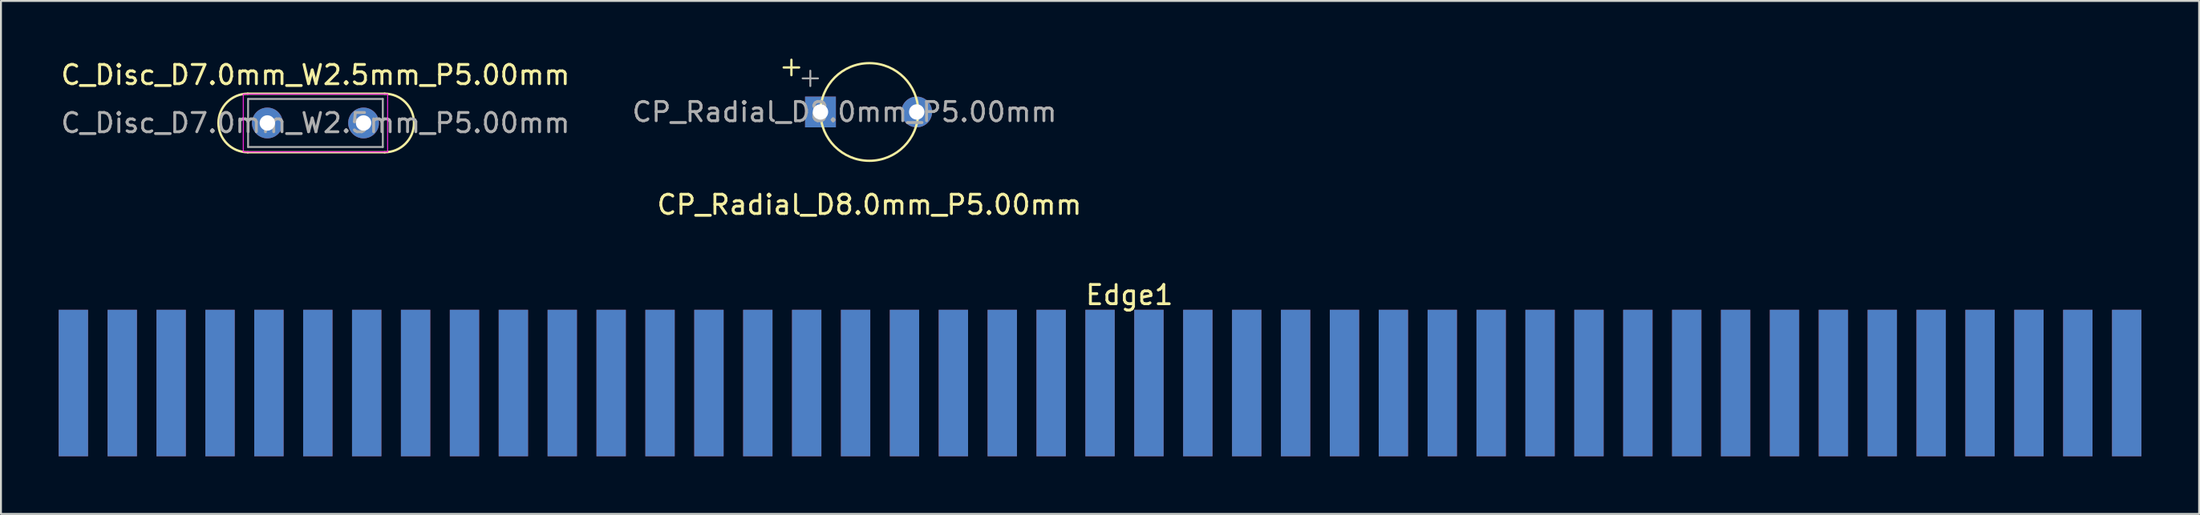
<source format=kicad_pcb>
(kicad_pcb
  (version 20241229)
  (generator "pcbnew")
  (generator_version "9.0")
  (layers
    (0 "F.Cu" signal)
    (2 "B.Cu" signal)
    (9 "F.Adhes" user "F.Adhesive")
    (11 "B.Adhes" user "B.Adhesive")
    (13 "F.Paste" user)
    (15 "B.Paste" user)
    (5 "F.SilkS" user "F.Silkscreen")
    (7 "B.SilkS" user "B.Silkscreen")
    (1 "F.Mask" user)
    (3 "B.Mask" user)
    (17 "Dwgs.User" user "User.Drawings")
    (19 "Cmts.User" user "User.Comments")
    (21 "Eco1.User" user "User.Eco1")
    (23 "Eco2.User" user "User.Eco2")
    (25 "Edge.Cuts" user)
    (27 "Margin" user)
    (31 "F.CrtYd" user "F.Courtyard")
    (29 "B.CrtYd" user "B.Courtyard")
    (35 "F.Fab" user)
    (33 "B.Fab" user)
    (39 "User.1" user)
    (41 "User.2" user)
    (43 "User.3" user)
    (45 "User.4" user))
  (footprint "Edge1"
    (layer "F.Cu")
    (at 55.626 11.797)
    (property "Reference" "Edge1" (at 0 0.5 0) (layer "F.SilkS") (effects (font (size 1 1) (thickness 0.15))))
    (attr through_hole)
    (pad "1" smd rect (at -54.864 5.08) (size 1.524 7.62) (layers "F.Cu" "F.Mask" "F.Paste"))
    (pad "2" smd rect (at -54.864 5.08) (size 1.524 7.62) (layers "B.Cu" "B.Mask" "B.Paste"))
    (pad "3" smd rect (at -52.324 5.08) (size 1.524 7.62) (layers "F.Cu" "F.Mask" "F.Paste"))
    (pad "4" smd rect (at -52.324 5.08) (size 1.524 7.62) (layers "B.Cu" "B.Mask" "B.Paste"))
    (pad "5" smd rect (at -49.784 5.08) (size 1.524 7.62) (layers "F.Cu" "F.Mask" "F.Paste"))
    (pad "6" smd rect (at -49.784 5.08) (size 1.524 7.62) (layers "B.Cu" "B.Mask" "B.Paste"))
    (pad "7" smd rect (at -47.244 5.08) (size 1.524 7.62) (layers "F.Cu" "F.Mask" "F.Paste"))
    (pad "8" smd rect (at -47.244 5.08) (size 1.524 7.62) (layers "B.Cu" "B.Mask" "B.Paste"))
    (pad "9" smd rect (at -44.704 5.08) (size 1.524 7.62) (layers "F.Cu" "F.Mask" "F.Paste"))
    (pad "10" smd rect (at -44.704 5.08) (size 1.524 7.62) (layers "B.Cu" "B.Mask" "B.Paste"))
    (pad "11" smd rect (at -42.164 5.08) (size 1.524 7.62) (layers "F.Cu" "F.Mask" "F.Paste"))
    (pad "12" smd rect (at -42.164 5.08) (size 1.524 7.62) (layers "B.Cu" "B.Mask" "B.Paste"))
    (pad "13" smd rect (at -39.624 5.08) (size 1.524 7.62) (layers "F.Cu" "F.Mask" "F.Paste"))
    (pad "14" smd rect (at -39.624 5.08) (size 1.524 7.62) (layers "B.Cu" "B.Mask" "B.Paste"))
    (pad "15" smd rect (at -37.084 5.08) (size 1.524 7.62) (layers "F.Cu" "F.Mask" "F.Paste"))
    (pad "16" smd rect (at -37.084 5.08) (size 1.524 7.62) (layers "B.Cu" "B.Mask" "B.Paste"))
    (pad "17" smd rect (at -34.544 5.08) (size 1.524 7.62) (layers "F.Cu" "F.Mask" "F.Paste"))
    (pad "18" smd rect (at -34.544 5.08) (size 1.524 7.62) (layers "B.Cu" "B.Mask" "B.Paste"))
    (pad "19" smd rect (at -32.004 5.08) (size 1.524 7.62) (layers "F.Cu" "F.Mask" "F.Paste"))
    (pad "20" smd rect (at -32.004 5.08) (size 1.524 7.62) (layers "B.Cu" "B.Mask" "B.Paste"))
    (pad "21" smd rect (at -29.464 5.08) (size 1.524 7.62) (layers "F.Cu" "F.Mask" "F.Paste"))
    (pad "22" smd rect (at -29.464 5.08) (size 1.524 7.62) (layers "B.Cu" "B.Mask" "B.Paste"))
    (pad "23" smd rect (at -26.924 5.08) (size 1.524 7.62) (layers "F.Cu" "F.Mask" "F.Paste"))
    (pad "24" smd rect (at -26.924 5.08) (size 1.524 7.62) (layers "B.Cu" "B.Mask" "B.Paste"))
    (pad "25" smd rect (at -24.384 5.08) (size 1.524 7.62) (layers "F.Cu" "F.Mask" "F.Paste"))
    (pad "26" smd rect (at -24.384 5.08) (size 1.524 7.62) (layers "B.Cu" "B.Mask" "B.Paste"))
    (pad "27" smd rect (at -21.844 5.08) (size 1.524 7.62) (layers "F.Cu" "F.Mask" "F.Paste"))
    (pad "28" smd rect (at -21.844 5.08) (size 1.524 7.62) (layers "B.Cu" "B.Mask" "B.Paste"))
    (pad "29" smd rect (at -19.304 5.08) (size 1.524 7.62) (layers "F.Cu" "F.Mask" "F.Paste"))
    (pad "30" smd rect (at -19.304 5.08) (size 1.524 7.62) (layers "B.Cu" "B.Mask" "B.Paste"))
    (pad "31" smd rect (at -16.764 5.08) (size 1.524 7.62) (layers "F.Cu" "F.Mask" "F.Paste"))
    (pad "32" smd rect (at -16.764 5.08) (size 1.524 7.62) (layers "B.Cu" "B.Mask" "B.Paste"))
    (pad "33" smd rect (at -14.224 5.08) (size 1.524 7.62) (layers "F.Cu" "F.Mask" "F.Paste"))
    (pad "34" smd rect (at -14.224 5.08) (size 1.524 7.62) (layers "B.Cu" "B.Mask" "B.Paste"))
    (pad "35" smd rect (at -11.684 5.08) (size 1.524 7.62) (layers "F.Cu" "F.Mask" "F.Paste"))
    (pad "36" smd rect (at -11.684 5.08) (size 1.524 7.62) (layers "B.Cu" "B.Mask" "B.Paste"))
    (pad "37" smd rect (at -9.144 5.08) (size 1.524 7.62) (layers "F.Cu" "F.Mask" "F.Paste"))
    (pad "38" smd rect (at -9.144 5.08) (size 1.524 7.62) (layers "B.Cu" "B.Mask" "B.Paste"))
    (pad "39" smd rect (at -6.604 5.08) (size 1.524 7.62) (layers "F.Cu" "F.Mask" "F.Paste"))
    (pad "40" smd rect (at -6.604 5.08) (size 1.524 7.62) (layers "B.Cu" "B.Mask" "B.Paste"))
    (pad "41" smd rect (at -4.064 5.08) (size 1.524 7.62) (layers "F.Cu" "F.Mask" "F.Paste"))
    (pad "42" smd rect (at -4.064 5.08) (size 1.524 7.62) (layers "B.Cu" "B.Mask" "B.Paste"))
    (pad "43" smd rect (at -1.524 5.08) (size 1.524 7.62) (layers "F.Cu" "F.Mask" "F.Paste"))
    (pad "44" smd rect (at -1.524 5.08) (size 1.524 7.62) (layers "B.Cu" "B.Mask" "B.Paste"))
    (pad "45" smd rect (at 1.016 5.08) (size 1.524 7.62) (layers "F.Cu" "F.Mask" "F.Paste"))
    (pad "46" smd rect (at 1.016 5.08) (size 1.524 7.62) (layers "B.Cu" "B.Mask" "B.Paste"))
    (pad "47" smd rect (at 3.556 5.08) (size 1.524 7.62) (layers "F.Cu" "F.Mask" "F.Paste"))
    (pad "48" smd rect (at 3.556 5.08) (size 1.524 7.62) (layers "B.Cu" "B.Mask" "B.Paste"))
    (pad "49" smd rect (at 6.096 5.08) (size 1.524 7.62) (layers "F.Cu" "F.Mask" "F.Paste"))
    (pad "50" smd rect (at 6.096 5.08) (size 1.524 7.62) (layers "B.Cu" "B.Mask" "B.Paste"))
    (pad "51" smd rect (at 8.636 5.08) (size 1.524 7.62) (layers "F.Cu" "F.Mask" "F.Paste"))
    (pad "52" smd rect (at 8.636 5.08) (size 1.524 7.62) (layers "B.Cu" "B.Mask" "B.Paste"))
    (pad "53" smd rect (at 11.176 5.08) (size 1.524 7.62) (layers "F.Cu" "F.Mask" "F.Paste"))
    (pad "54" smd rect (at 11.176 5.08) (size 1.524 7.62) (layers "B.Cu" "B.Mask" "B.Paste"))
    (pad "55" smd rect (at 13.716 5.08) (size 1.524 7.62) (layers "F.Cu" "F.Mask" "F.Paste"))
    (pad "56" smd rect (at 13.716 5.08) (size 1.524 7.62) (layers "B.Cu" "B.Mask" "B.Paste"))
    (pad "57" smd rect (at 16.256 5.08) (size 1.524 7.62) (layers "F.Cu" "F.Mask" "F.Paste"))
    (pad "58" smd rect (at 16.256 5.08) (size 1.524 7.62) (layers "B.Cu" "B.Mask" "B.Paste"))
    (pad "59" smd rect (at 18.796 5.08) (size 1.524 7.62) (layers "F.Cu" "F.Mask" "F.Paste"))
    (pad "60" smd rect (at 18.796 5.08) (size 1.524 7.62) (layers "B.Cu" "B.Mask" "B.Paste"))
    (pad "61" smd rect (at 21.336 5.08) (size 1.524 7.62) (layers "F.Cu" "F.Mask" "F.Paste"))
    (pad "62" smd rect (at 21.336 5.08) (size 1.524 7.62) (layers "B.Cu" "B.Mask" "B.Paste"))
    (pad "63" smd rect (at 23.876 5.08) (size 1.524 7.62) (layers "F.Cu" "F.Mask" "F.Paste"))
    (pad "64" smd rect (at 23.876 5.08) (size 1.524 7.62) (layers "B.Cu" "B.Mask" "B.Paste"))
    (pad "65" smd rect (at 26.416 5.08) (size 1.524 7.62) (layers "F.Cu" "F.Mask" "F.Paste"))
    (pad "66" smd rect (at 26.416 5.08) (size 1.524 7.62) (layers "B.Cu" "B.Mask" "B.Paste"))
    (pad "67" smd rect (at 28.956 5.08) (size 1.524 7.62) (layers "F.Cu" "F.Mask" "F.Paste"))
    (pad "68" smd rect (at 28.956 5.08) (size 1.524 7.62) (layers "B.Cu" "B.Mask" "B.Paste"))
    (pad "69" smd rect (at 31.496 5.08) (size 1.524 7.62) (layers "F.Cu" "F.Mask" "F.Paste"))
    (pad "70" smd rect (at 31.496 5.08) (size 1.524 7.62) (layers "B.Cu" "B.Mask" "B.Paste"))
    (pad "71" smd rect (at 34.036 5.08) (size 1.524 7.62) (layers "F.Cu" "F.Mask" "F.Paste"))
    (pad "72" smd rect (at 34.036 5.08) (size 1.524 7.62) (layers "B.Cu" "B.Mask" "B.Paste"))
    (pad "73" smd rect (at 36.576 5.08) (size 1.524 7.62) (layers "F.Cu" "F.Mask" "F.Paste"))
    (pad "74" smd rect (at 36.576 5.08) (size 1.524 7.62) (layers "B.Cu" "B.Mask" "B.Paste"))
    (pad "75" smd rect (at 39.116 5.08) (size 1.524 7.62) (layers "F.Cu" "F.Mask" "F.Paste"))
    (pad "76" smd rect (at 39.116 5.08) (size 1.524 7.62) (layers "B.Cu" "B.Mask" "B.Paste"))
    (pad "77" smd rect (at 41.656 5.08) (size 1.524 7.62) (layers "F.Cu" "F.Mask" "F.Paste"))
    (pad "78" smd rect (at 41.656 5.08) (size 1.524 7.62) (layers "B.Cu" "B.Mask" "B.Paste"))
    (pad "79" smd rect (at 44.196 5.08) (size 1.524 7.62) (layers "F.Cu" "F.Mask" "F.Paste"))
    (pad "80" smd rect (at 44.196 5.08) (size 1.524 7.62) (layers "B.Cu" "B.Mask" "B.Paste"))
    (pad "81" smd rect (at 46.736 5.08) (size 1.524 7.62) (layers "F.Cu" "F.Mask" "F.Paste"))
    (pad "82" smd rect (at 46.736 5.08) (size 1.524 7.62) (layers "B.Cu" "B.Mask" "B.Paste"))
    (pad "83" smd rect (at 49.276 5.08) (size 1.524 7.62) (layers "F.Cu" "F.Mask" "F.Paste"))
    (pad "84" smd rect (at 49.276 5.08) (size 1.524 7.62) (layers "B.Cu" "B.Mask" "B.Paste"))
    (pad "85" smd rect (at 51.816 5.08) (size 1.524 7.62) (layers "F.Cu" "F.Mask" "F.Paste"))
    (pad "86" smd rect (at 51.816 5.08) (size 1.524 7.62) (layers "B.Cu" "B.Mask" "B.Paste")))
  (footprint "CP_Radial_D8.0mm_P5.00mm"
    (layer "F.Cu")
    (at 39.577 2.775)
    (property "Reference" "CP_Radial_D8.0mm_P5.00mm" (at 2.54 4.826 0) (layer "F.SilkS") (effects (font (size 1 1) (thickness 0.15))))
    (attr through_hole)
    (fp_line (start -1.91 -2.315) (end -1.11 -2.315) (stroke (width 0.12) (type solid)) (layer "F.SilkS"))
    (fp_line (start -1.51 -2.715) (end -1.51 -1.915) (stroke (width 0.12) (type solid)) (layer "F.SilkS"))
    (fp_circle (center 2.54 0) (end 4.572 1.524) (stroke (width 0.12) (type solid)) (fill no) (layer "F.SilkS"))
    (fp_line (start -0.927 -1.748) (end -0.127 -1.748) (stroke (width 0.1) (type solid)) (layer "F.Fab"))
    (fp_line (start -0.527 -2.147) (end -0.527 -1.347) (stroke (width 0.1) (type solid)) (layer "F.Fab"))
    (fp_text user "${REFERENCE}" (at 1.25 0 0) (layer "F.Fab") (effects (font (size 1 1) (thickness 0.15))))
    (pad "1" thru_hole rect (at 0 0) (size 1.6 1.6) (drill 0.8) (layers "*.Cu" "*.Mask"))
    (pad "2" thru_hole circle (at 5 0) (size 1.6 1.6) (drill 0.8) (layers "*.Cu" "*.Mask")))
  (footprint "C_Disc_D7.0mm_W2.5mm_P5.00mm"
    (layer "F.Cu")
    (at 10.839 3.348)
    (property "Reference" "C_Disc_D7.0mm_W2.5mm_P5.00mm" (at 2.5 -2.5 0) (layer "F.SilkS") (effects (font (size 1 1) (thickness 0.15))))
    (attr through_hole)
    (fp_line (start -1.016 1.524) (end 6.096 1.524) (stroke (width 0.12) (type solid)) (layer "F.SilkS"))
    (fp_line (start 6.096 -1.524) (end -1.016 -1.524) (stroke (width 0.12) (type solid)) (layer "F.SilkS"))
    (fp_arc (start -1.016 1.524) (mid -2.54 0) (end -1.016 -1.524) (stroke (width 0.12) (type solid)) (layer "F.SilkS"))
    (fp_arc (start 6.096 -1.524) (mid 7.62 0) (end 6.096 1.524) (stroke (width 0.12) (type solid)) (layer "F.SilkS"))
    (fp_line (start -1.25 -1.5) (end -1.25 1.5) (stroke (width 0.05) (type solid)) (layer "F.CrtYd"))
    (fp_line (start -1.25 1.5) (end 6.25 1.5) (stroke (width 0.05) (type solid)) (layer "F.CrtYd"))
    (fp_line (start 6.25 -1.5) (end -1.25 -1.5) (stroke (width 0.05) (type solid)) (layer "F.CrtYd"))
    (fp_line (start 6.25 1.5) (end 6.25 -1.5) (stroke (width 0.05) (type solid)) (layer "F.CrtYd"))
    (fp_line (start -1 -1.25) (end -1 1.25) (stroke (width 0.1) (type solid)) (layer "F.Fab"))
    (fp_line (start -1 1.25) (end 6 1.25) (stroke (width 0.1) (type solid)) (layer "F.Fab"))
    (fp_line (start 6 -1.25) (end -1 -1.25) (stroke (width 0.1) (type solid)) (layer "F.Fab"))
    (fp_line (start 6 1.25) (end 6 -1.25) (stroke (width 0.1) (type solid)) (layer "F.Fab"))
    (fp_text user "${REFERENCE}" (at 2.5 0 0) (layer "F.Fab") (effects (font (size 1 1) (thickness 0.15))))
    (pad "1" thru_hole circle (at 0 0) (size 1.6 1.6) (drill 0.8) (layers "*.Cu" "*.Mask"))
    (pad "2" thru_hole circle (at 5 0) (size 1.6 1.6) (drill 0.8) (layers "*.Cu" "*.Mask")))
  (gr_rect
    (start -3 -3)
    (end 111.204 23.688)
    (stroke (width 0.1) (type default))
    (fill no)
    (layer "Edge.Cuts")))
</source>
